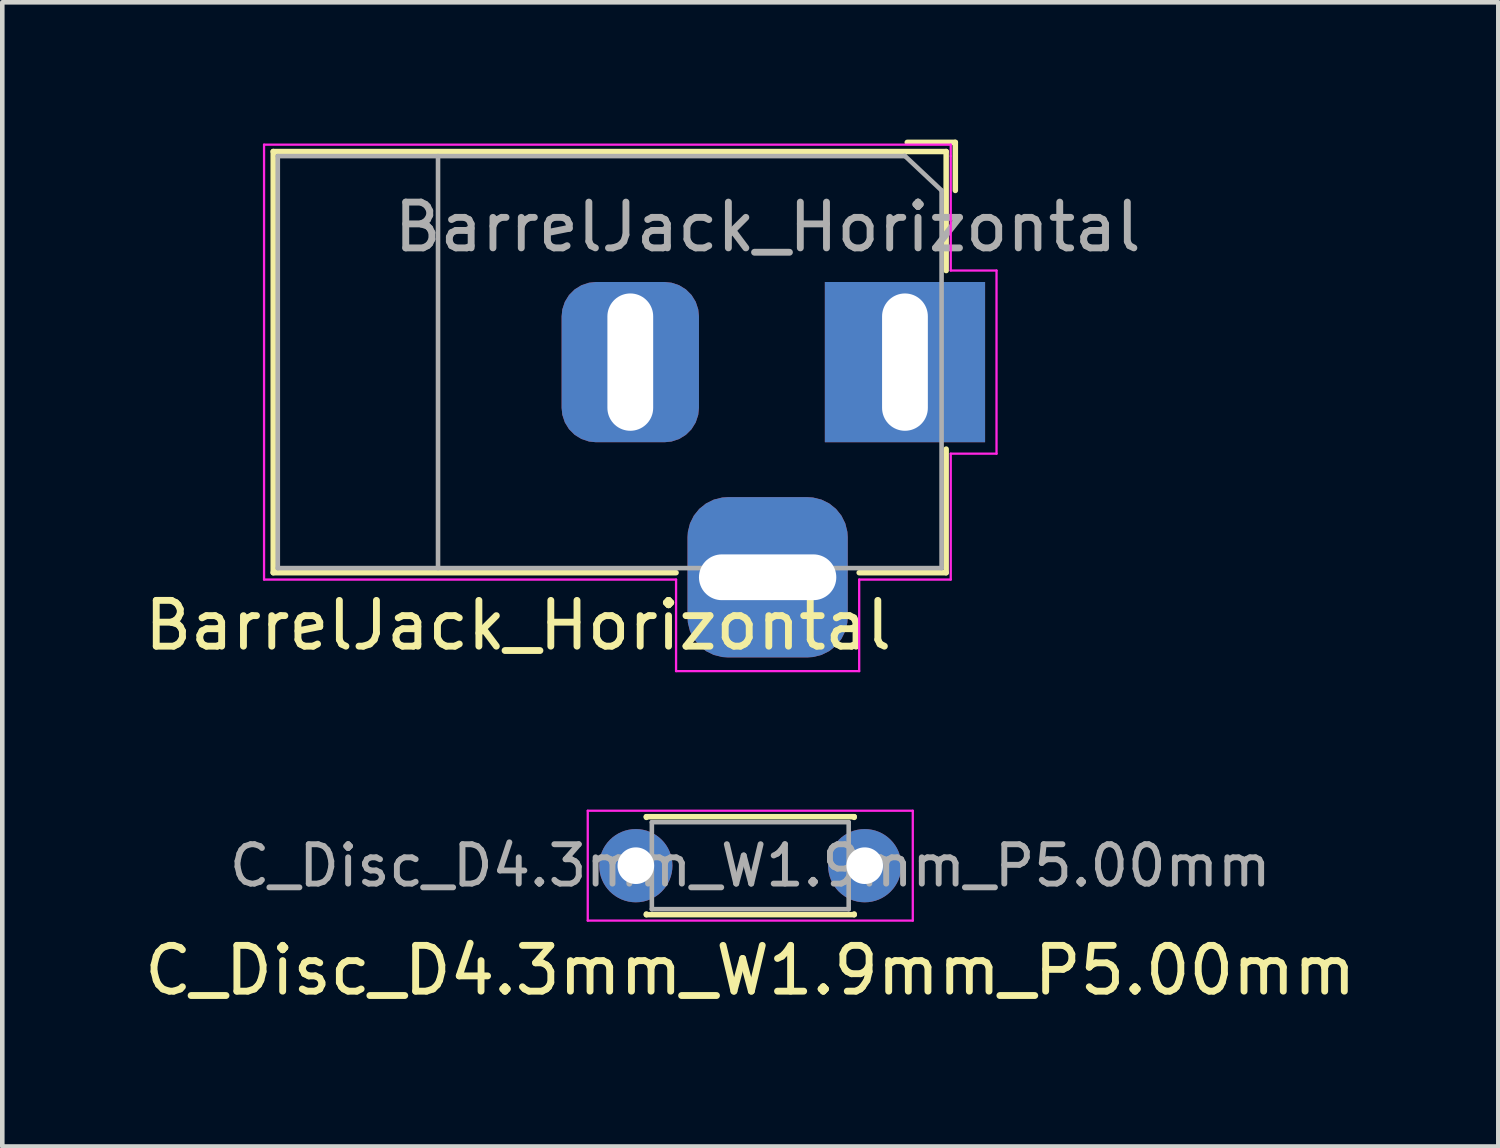
<source format=kicad_pcb>
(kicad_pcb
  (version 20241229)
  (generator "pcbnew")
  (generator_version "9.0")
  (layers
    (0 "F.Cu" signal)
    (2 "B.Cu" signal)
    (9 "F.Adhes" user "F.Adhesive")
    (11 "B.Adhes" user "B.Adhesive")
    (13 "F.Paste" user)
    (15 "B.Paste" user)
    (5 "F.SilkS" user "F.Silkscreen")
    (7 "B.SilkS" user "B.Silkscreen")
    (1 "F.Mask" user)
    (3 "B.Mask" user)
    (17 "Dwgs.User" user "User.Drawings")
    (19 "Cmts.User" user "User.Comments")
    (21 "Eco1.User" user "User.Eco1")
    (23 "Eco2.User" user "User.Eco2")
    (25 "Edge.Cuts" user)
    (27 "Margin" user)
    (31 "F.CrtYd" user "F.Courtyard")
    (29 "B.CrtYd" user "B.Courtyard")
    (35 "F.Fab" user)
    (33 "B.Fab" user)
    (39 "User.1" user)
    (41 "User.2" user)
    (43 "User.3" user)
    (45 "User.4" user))
  (footprint "C_Disc_D4.3mm_W1.9mm_P5.00mm"
    (layer "F.Cu")
    (at 10.839 15.86)
    (property "Reference" "C_Disc_D4.3mm_W1.9mm_P5.00mm" (at 2.5 2.286 180) (layer "F.SilkS") (effects (font (size 1 1) (thickness 0.15))))
    (attr through_hole)
    (fp_line (start 0.23 -1.07) (end 0.23 -1.055) (stroke (width 0.12) (type solid)) (layer "F.SilkS"))
    (fp_line (start 0.23 -1.07) (end 4.77 -1.07) (stroke (width 0.12) (type solid)) (layer "F.SilkS"))
    (fp_line (start 0.23 1.055) (end 0.23 1.07) (stroke (width 0.12) (type solid)) (layer "F.SilkS"))
    (fp_line (start 0.23 1.07) (end 4.77 1.07) (stroke (width 0.12) (type solid)) (layer "F.SilkS"))
    (fp_line (start 4.77 -1.07) (end 4.77 -1.055) (stroke (width 0.12) (type solid)) (layer "F.SilkS"))
    (fp_line (start 4.77 1.055) (end 4.77 1.07) (stroke (width 0.12) (type solid)) (layer "F.SilkS"))
    (fp_line (start -1.05 -1.2) (end -1.05 1.2) (stroke (width 0.05) (type solid)) (layer "F.CrtYd"))
    (fp_line (start -1.05 1.2) (end 6.05 1.2) (stroke (width 0.05) (type solid)) (layer "F.CrtYd"))
    (fp_line (start 6.05 -1.2) (end -1.05 -1.2) (stroke (width 0.05) (type solid)) (layer "F.CrtYd"))
    (fp_line (start 6.05 1.2) (end 6.05 -1.2) (stroke (width 0.05) (type solid)) (layer "F.CrtYd"))
    (fp_line (start 0.35 -0.95) (end 0.35 0.95) (stroke (width 0.1) (type solid)) (layer "F.Fab"))
    (fp_line (start 0.35 0.95) (end 4.65 0.95) (stroke (width 0.1) (type solid)) (layer "F.Fab"))
    (fp_line (start 4.65 -0.95) (end 0.35 -0.95) (stroke (width 0.1) (type solid)) (layer "F.Fab"))
    (fp_line (start 4.65 0.95) (end 4.65 -0.95) (stroke (width 0.1) (type solid)) (layer "F.Fab"))
    (fp_text user "${REFERENCE}" (at 2.5 0 180) (layer "F.Fab") (effects (font (size 0.86 0.86) (thickness 0.129))))
    (pad "1" thru_hole circle (at 0 0) (size 1.6 1.6) (drill 0.8) (layers "*.Cu" "*.Mask"))
    (pad "2" thru_hole circle (at 5 0) (size 1.6 1.6) (drill 0.8) (layers "*.Cu" "*.Mask")))
  (footprint "BarrelJack_Horizontal"
    (layer "F.Cu")
    (at 16.718 4.86)
    (property "Reference" "BarrelJack_Horizontal" (at -8.45 5.75 0) (layer "F.SilkS") (effects (font (size 1 1) (thickness 0.15))))
    (attr through_hole)
    (fp_line (start -13.8 -4.6) (end 0.9 -4.6) (stroke (width 0.12) (type solid)) (layer "F.SilkS"))
    (fp_line (start -13.8 4.6) (end -13.8 -4.6) (stroke (width 0.12) (type solid)) (layer "F.SilkS"))
    (fp_line (start -5 4.6) (end -13.8 4.6) (stroke (width 0.12) (type solid)) (layer "F.SilkS"))
    (fp_line (start 0.05 -4.8) (end 1.1 -4.8) (stroke (width 0.12) (type solid)) (layer "F.SilkS"))
    (fp_line (start 0.9 -4.6) (end 0.9 -2) (stroke (width 0.12) (type solid)) (layer "F.SilkS"))
    (fp_line (start 0.9 1.9) (end 0.9 4.6) (stroke (width 0.12) (type solid)) (layer "F.SilkS"))
    (fp_line (start 0.9 4.6) (end -1 4.6) (stroke (width 0.12) (type solid)) (layer "F.SilkS"))
    (fp_line (start 1.1 -3.75) (end 1.1 -4.8) (stroke (width 0.12) (type solid)) (layer "F.SilkS"))
    (fp_line (start -14 4.75) (end -14 -4.75) (stroke (width 0.05) (type solid)) (layer "F.CrtYd"))
    (fp_line (start -5 4.75) (end -14 4.75) (stroke (width 0.05) (type solid)) (layer "F.CrtYd"))
    (fp_line (start -5 6.75) (end -5 4.75) (stroke (width 0.05) (type solid)) (layer "F.CrtYd"))
    (fp_line (start -1 4.75) (end -1 6.75) (stroke (width 0.05) (type solid)) (layer "F.CrtYd"))
    (fp_line (start -1 6.75) (end -5 6.75) (stroke (width 0.05) (type solid)) (layer "F.CrtYd"))
    (fp_line (start 1 -4.75) (end -14 -4.75) (stroke (width 0.05) (type solid)) (layer "F.CrtYd"))
    (fp_line (start 1 -4.5) (end 1 -4.75) (stroke (width 0.05) (type solid)) (layer "F.CrtYd"))
    (fp_line (start 1 -4.5) (end 1 -2) (stroke (width 0.05) (type solid)) (layer "F.CrtYd"))
    (fp_line (start 1 -2) (end 2 -2) (stroke (width 0.05) (type solid)) (layer "F.CrtYd"))
    (fp_line (start 1 2) (end 1 4.75) (stroke (width 0.05) (type solid)) (layer "F.CrtYd"))
    (fp_line (start 1 4.75) (end -1 4.75) (stroke (width 0.05) (type solid)) (layer "F.CrtYd"))
    (fp_line (start 2 -2) (end 2 2) (stroke (width 0.05) (type solid)) (layer "F.CrtYd"))
    (fp_line (start 2 2) (end 1 2) (stroke (width 0.05) (type solid)) (layer "F.CrtYd"))
    (fp_line (start -13.7 -4.5) (end -13.7 4.5) (stroke (width 0.1) (type solid)) (layer "F.Fab"))
    (fp_line (start -13.7 4.5) (end 0.8 4.5) (stroke (width 0.1) (type solid)) (layer "F.Fab"))
    (fp_line (start -10.2 -4.5) (end -10.2 4.5) (stroke (width 0.1) (type solid)) (layer "F.Fab"))
    (fp_line (start -0.003 -4.505) (end 0.8 -3.75) (stroke (width 0.1) (type solid)) (layer "F.Fab"))
    (fp_line (start 0 -4.5) (end -13.7 -4.5) (stroke (width 0.1) (type solid)) (layer "F.Fab"))
    (fp_line (start 0.8 4.5) (end 0.8 -3.75) (stroke (width 0.1) (type solid)) (layer "F.Fab"))
    (fp_text user "${REFERENCE}" (at -3 -2.95 0) (layer "F.Fab") (effects (font (size 1 1) (thickness 0.15))))
    (pad "1" thru_hole rect (at 0 0) (size 3.5 3.5) (drill oval 1 3) (layers "*.Cu" "*.Mask"))
    (pad "2" thru_hole roundrect (at -6 0) (size 3 3.5) (drill oval 1 3) (layers "*.Cu" "*.Mask") (roundrect_rratio 0.25))
    (pad "3" thru_hole roundrect (at -3 4.7) (size 3.5 3.5) (drill oval 3 1) (layers "*.Cu" "*.Mask") (roundrect_rratio 0.25)))
  (gr_rect
    (start -3 -3)
    (end 29.679 21.994)
    (stroke (width 0.1) (type default))
    (fill no)
    (layer "Edge.Cuts")))
</source>
